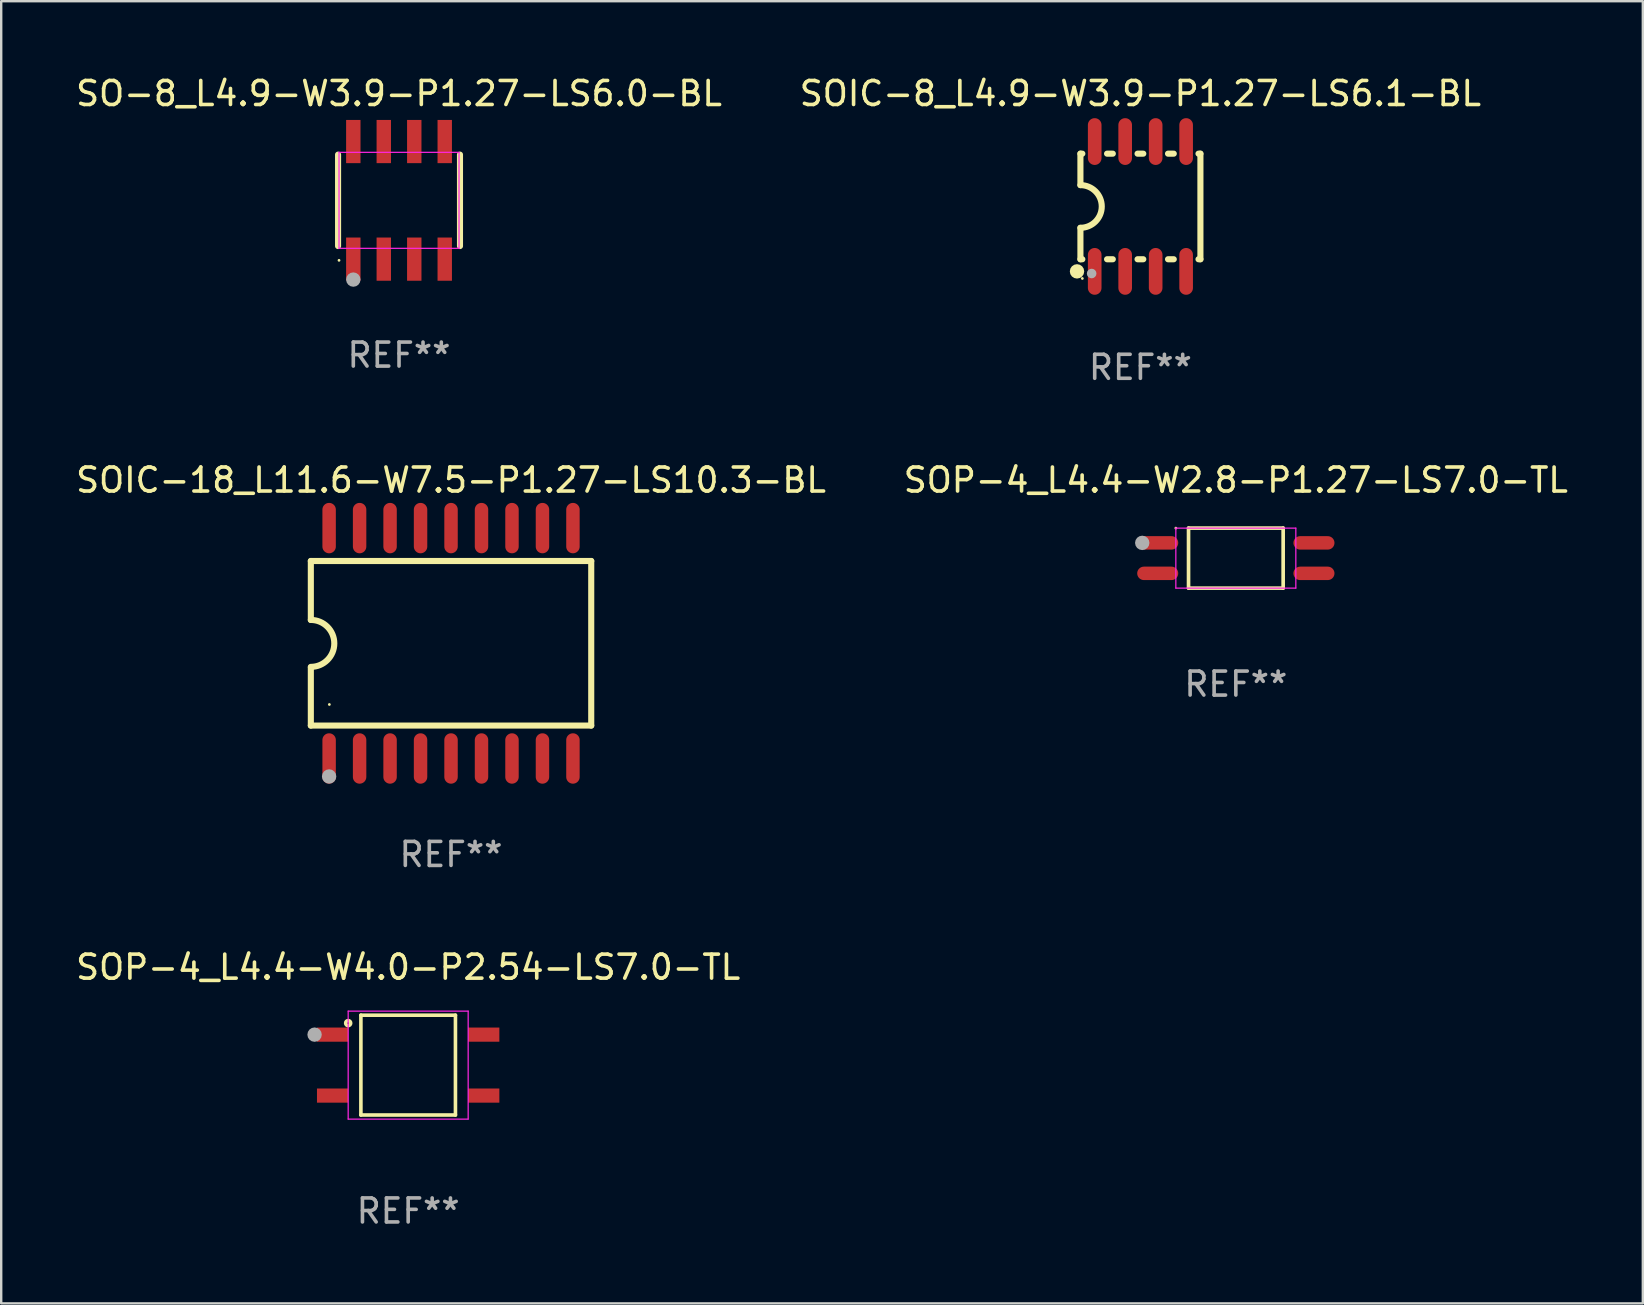
<source format=kicad_pcb>
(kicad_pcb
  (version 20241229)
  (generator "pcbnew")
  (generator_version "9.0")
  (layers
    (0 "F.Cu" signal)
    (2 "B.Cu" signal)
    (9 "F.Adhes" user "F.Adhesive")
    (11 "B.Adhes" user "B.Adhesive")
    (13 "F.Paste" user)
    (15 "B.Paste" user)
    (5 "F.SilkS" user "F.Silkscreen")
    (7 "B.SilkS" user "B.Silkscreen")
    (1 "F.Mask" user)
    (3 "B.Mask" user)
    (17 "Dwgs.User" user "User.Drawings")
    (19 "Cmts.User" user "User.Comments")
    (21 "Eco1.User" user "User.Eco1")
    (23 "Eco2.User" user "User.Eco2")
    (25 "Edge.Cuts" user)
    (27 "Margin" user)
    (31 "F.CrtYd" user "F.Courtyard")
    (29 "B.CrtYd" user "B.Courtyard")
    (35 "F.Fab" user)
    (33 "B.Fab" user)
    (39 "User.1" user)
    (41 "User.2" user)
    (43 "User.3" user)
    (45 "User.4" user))
  (footprint "SO-8_L4.9-W3.9-P1.27-LS6.0-BL"
    (layer "F.Cu")
    (at 13.577 5.298)
    (property "Reference" "SO-8_L4.9-W3.9-P1.27-LS6.0-BL" (at 0 -4.45 0) (layer "F.SilkS") (effects (font (size 1 1) (thickness 0.15))))
    (attr smd)
    (fp_line (start -2.54 -1.905) (end -2.54 1.905) (stroke (width 0.254) (type solid)) (layer "F.SilkS"))
    (fp_line (start 2.54 -1.905) (end 2.54 1.905) (stroke (width 0.254) (type solid)) (layer "F.SilkS"))
    (fp_circle (center -2.5 2.5) (end -2.47 2.5) (stroke (width 0.06) (type solid)) (fill no) (layer "F.SilkS"))
    (fp_line (start -2.5 -2) (end -2.5 2) (stroke (width 0.05) (type default)) (layer "F.CrtYd"))
    (fp_line (start -2.5 2) (end 2.5 2) (stroke (width 0.05) (type default)) (layer "F.CrtYd"))
    (fp_line (start 2.5 -2) (end -2.5 -2) (stroke (width 0.05) (type default)) (layer "F.CrtYd"))
    (fp_line (start 2.5 2) (end 2.5 -2) (stroke (width 0.05) (type default)) (layer "F.CrtYd"))
    (fp_circle (center -1.905 3.302) (end -1.755 3.302) (stroke (width 0.3) (type solid)) (fill no) (layer "F.Fab"))
    (fp_text user "REF**" (at 0 6.45 0) (layer "F.Fab") (effects (font (size 1 1) (thickness 0.15))))
    (pad "1" smd rect (at -1.905 2.45) (size 0.6 1.8) (layers "F.Cu" "F.Mask" "F.Paste"))
    (pad "2" smd rect (at -0.635 2.45) (size 0.6 1.8) (layers "F.Cu" "F.Mask" "F.Paste"))
    (pad "3" smd rect (at 0.635 2.45) (size 0.6 1.8) (layers "F.Cu" "F.Mask" "F.Paste"))
    (pad "4" smd rect (at 1.905 2.45) (size 0.6 1.8) (layers "F.Cu" "F.Mask" "F.Paste"))
    (pad "5" smd rect (at 1.905 -2.45 180) (size 0.6 1.8) (layers "F.Cu" "F.Mask" "F.Paste"))
    (pad "6" smd rect (at 0.635 -2.45 180) (size 0.6 1.8) (layers "F.Cu" "F.Mask" "F.Paste"))
    (pad "7" smd rect (at -0.635 -2.45 180) (size 0.6 1.8) (layers "F.Cu" "F.Mask" "F.Paste"))
    (pad "8" smd rect (at -1.905 -2.45 180) (size 0.6 1.8) (layers "F.Cu" "F.Mask" "F.Paste")))
  (footprint "SOP-4_L4.4-W2.8-P1.27-LS7.0-TL"
    (layer "F.Cu")
    (at 48.446 20.206)
    (property "Reference" "SOP-4_L4.4-W2.8-P1.27-LS7.0-TL" (at 0 -3.251 0) (layer "F.SilkS") (effects (font (size 1 1) (thickness 0.15))))
    (attr smd)
    (fp_line (start -1.971 -1.251) (end 1.972 -1.251) (stroke (width 0.152) (type solid)) (layer "F.SilkS"))
    (fp_line (start -1.971 1.251) (end -1.971 -1.251) (stroke (width 0.152) (type solid)) (layer "F.SilkS"))
    (fp_line (start 1.972 -1.251) (end 1.972 1.251) (stroke (width 0.152) (type solid)) (layer "F.SilkS"))
    (fp_line (start 1.972 1.251) (end -1.971 1.251) (stroke (width 0.152) (type solid)) (layer "F.SilkS"))
    (fp_circle (center -2.5 -1.25) (end -2.47 -1.25) (stroke (width 0.06) (type solid)) (fill no) (layer "F.SilkS"))
    (fp_line (start -2.5 -1.25) (end 2.5 -1.25) (stroke (width 0.05) (type default)) (layer "F.CrtYd"))
    (fp_line (start -2.5 1.25) (end -2.5 -1.25) (stroke (width 0.05) (type default)) (layer "F.CrtYd"))
    (fp_line (start 2.5 -1.25) (end 2.5 1.25) (stroke (width 0.05) (type default)) (layer "F.CrtYd"))
    (fp_line (start 2.5 1.25) (end -2.5 1.25) (stroke (width 0.05) (type default)) (layer "F.CrtYd"))
    (fp_circle (center -3.9 -0.635) (end -3.75 -0.635) (stroke (width 0.3) (type solid)) (fill no) (layer "F.Fab"))
    (fp_text user "REF**" (at 0 5.251 0) (layer "F.Fab") (effects (font (size 1 1) (thickness 0.15))))
    (pad "1" smd oval (at -3.255 -0.635 270) (size 0.56 1.71) (layers "F.Cu" "F.Mask" "F.Paste"))
    (pad "2" smd oval (at -3.255 0.635 270) (size 0.56 1.71) (layers "F.Cu" "F.Mask" "F.Paste"))
    (pad "3" smd oval (at 3.255 0.635 270) (size 0.56 1.71) (layers "F.Cu" "F.Mask" "F.Paste"))
    (pad "4" smd oval (at 3.255 -0.635 270) (size 0.56 1.71) (layers "F.Cu" "F.Mask" "F.Paste")))
  (footprint "SOIC-18_L11.6-W7.5-P1.27-LS10.3-BL"
    (layer "F.Cu")
    (at 15.744 23.755)
    (property "Reference" "SOIC-18_L11.6-W7.5-P1.27-LS10.3-BL" (at 0 -6.8 0) (layer "F.SilkS") (effects (font (size 1 1) (thickness 0.15))))
    (attr smd)
    (fp_line (start -5.842 -3.429) (end -5.842 -0.973) (stroke (width 0.254) (type solid)) (layer "F.SilkS"))
    (fp_line (start -5.842 -3.429) (end 5.842 -3.429) (stroke (width 0.254) (type solid)) (layer "F.SilkS"))
    (fp_line (start -5.842 3.429) (end -5.842 1.011) (stroke (width 0.254) (type solid)) (layer "F.SilkS"))
    (fp_line (start 5.842 -3.429) (end 5.842 3.429) (stroke (width 0.254) (type solid)) (layer "F.SilkS"))
    (fp_line (start 5.842 3.429) (end -5.842 3.429) (stroke (width 0.254) (type solid)) (layer "F.SilkS"))
    (fp_arc (start -5.842012 -0.972822) (mid -4.864109 0.005079) (end -5.84201 0.982982) (stroke (width 0.254001) (type solid)) (layer "F.SilkS"))
    (fp_circle (center -5.07 2.55) (end -5.04 2.55) (stroke (width 0.06) (type solid)) (fill no) (layer "F.SilkS"))
    (fp_circle (center -5.08 5.55) (end -4.93 5.55) (stroke (width 0.3) (type solid)) (fill no) (layer "F.Fab"))
    (fp_text user "REF**" (at 0 8.8 0) (layer "F.Fab") (effects (font (size 1 1) (thickness 0.15))))
    (pad "1" smd oval (at -5.08 4.8) (size 0.56 2.1) (layers "F.Cu" "F.Mask" "F.Paste"))
    (pad "2" smd oval (at -3.81 4.8) (size 0.56 2.1) (layers "F.Cu" "F.Mask" "F.Paste"))
    (pad "3" smd oval (at -2.54 4.8) (size 0.56 2.1) (layers "F.Cu" "F.Mask" "F.Paste"))
    (pad "4" smd oval (at -1.27 4.8) (size 0.56 2.1) (layers "F.Cu" "F.Mask" "F.Paste"))
    (pad "5" smd oval (at 0 4.8) (size 0.56 2.1) (layers "F.Cu" "F.Mask" "F.Paste"))
    (pad "6" smd oval (at 1.27 4.8) (size 0.56 2.1) (layers "F.Cu" "F.Mask" "F.Paste"))
    (pad "7" smd oval (at 2.54 4.8) (size 0.56 2.1) (layers "F.Cu" "F.Mask" "F.Paste"))
    (pad "8" smd oval (at 3.81 4.8) (size 0.56 2.1) (layers "F.Cu" "F.Mask" "F.Paste"))
    (pad "9" smd oval (at 5.08 4.8) (size 0.56 2.1) (layers "F.Cu" "F.Mask" "F.Paste"))
    (pad "10" smd oval (at 5.08 -4.8) (size 0.56 2.1) (layers "F.Cu" "F.Mask" "F.Paste"))
    (pad "11" smd oval (at 3.81 -4.8) (size 0.56 2.1) (layers "F.Cu" "F.Mask" "F.Paste"))
    (pad "12" smd oval (at 2.54 -4.8) (size 0.56 2.1) (layers "F.Cu" "F.Mask" "F.Paste"))
    (pad "13" smd oval (at 1.27 -4.8) (size 0.56 2.1) (layers "F.Cu" "F.Mask" "F.Paste"))
    (pad "14" smd oval (at 0 -4.8) (size 0.56 2.1) (layers "F.Cu" "F.Mask" "F.Paste"))
    (pad "15" smd oval (at -1.27 -4.8) (size 0.56 2.1) (layers "F.Cu" "F.Mask" "F.Paste"))
    (pad "16" smd oval (at -2.54 -4.8) (size 0.56 2.1) (layers "F.Cu" "F.Mask" "F.Paste"))
    (pad "17" smd oval (at -3.81 -4.8) (size 0.56 2.1) (layers "F.Cu" "F.Mask" "F.Paste"))
    (pad "18" smd oval (at -5.08 -4.8) (size 0.56 2.1) (layers "F.Cu" "F.Mask" "F.Paste")))
  (footprint "SOP-4_L4.4-W4.0-P2.54-LS7.0-TL"
    (layer "F.Cu")
    (at 13.958 41.332)
    (property "Reference" "SOP-4_L4.4-W4.0-P2.54-LS7.0-TL" (at 0 -4.08 0) (layer "F.SilkS") (effects (font (size 1 1) (thickness 0.15))))
    (attr smd)
    (fp_line (start -1.97 -2.08) (end 1.97 -2.08) (stroke (width 0.15) (type solid)) (layer "F.SilkS"))
    (fp_line (start -1.97 2.08) (end -1.97 -2.08) (stroke (width 0.15) (type solid)) (layer "F.SilkS"))
    (fp_line (start 1.97 -2.08) (end 1.97 2.08) (stroke (width 0.15) (type solid)) (layer "F.SilkS"))
    (fp_line (start 1.97 2.08) (end -1.97 2.08) (stroke (width 0.15) (type solid)) (layer "F.SilkS"))
    (fp_circle (center -2.5 -1.75) (end -2.47 -1.75) (stroke (width 0.15) (type solid)) (fill no) (layer "F.SilkS"))
    (fp_line (start -2.5 -2.25) (end 2.5 -2.25) (stroke (width 0.05) (type default)) (layer "F.CrtYd"))
    (fp_line (start -2.5 2.25) (end -2.5 -2.25) (stroke (width 0.05) (type default)) (layer "F.CrtYd"))
    (fp_line (start 2.5 -2.25) (end 2.5 2.25) (stroke (width 0.05) (type default)) (layer "F.CrtYd"))
    (fp_line (start 2.5 2.25) (end -2.5 2.25) (stroke (width 0.05) (type default)) (layer "F.CrtYd"))
    (fp_circle (center -3.9 -1.27) (end -3.75 -1.27) (stroke (width 0.3) (type solid)) (fill no) (layer "F.Fab"))
    (fp_text user "REF**" (at 0 6.08 0) (layer "F.Fab") (effects (font (size 1 1) (thickness 0.15))))
    (pad "1" smd rect (at -3.15 -1.27 270) (size 0.59 1.3) (layers "F.Cu" "F.Mask" "F.Paste"))
    (pad "2" smd rect (at -3.15 1.27 270) (size 0.59 1.3) (layers "F.Cu" "F.Mask" "F.Paste"))
    (pad "3" smd rect (at 3.15 1.27 270) (size 0.59 1.3) (layers "F.Cu" "F.Mask" "F.Paste"))
    (pad "4" smd rect (at 3.15 -1.27 270) (size 0.59 1.3) (layers "F.Cu" "F.Mask" "F.Paste")))
  (footprint "SOIC-8_L4.9-W3.9-P1.27-LS6.1-BL"
    (layer "F.Cu")
    (at 44.47 5.553)
    (property "Reference" "SOIC-8_L4.9-W3.9-P1.27-LS6.1-BL" (at 0 -4.705 0) (layer "F.SilkS") (effects (font (size 1 1) (thickness 0.15))))
    (attr smd)
    (fp_line (start -2.5 -2.2) (end -2.5 -0.889) (stroke (width 0.254) (type solid)) (layer "F.SilkS"))
    (fp_line (start -2.5 2.2) (end -2.5 0.889) (stroke (width 0.254) (type solid)) (layer "F.SilkS"))
    (fp_line (start -2.42 -2.2) (end -2.5 -2.2) (stroke (width 0.254) (type solid)) (layer "F.SilkS"))
    (fp_line (start -2.42 2.2) (end -2.5 2.2) (stroke (width 0.254) (type solid)) (layer "F.SilkS"))
    (fp_line (start -1.15 -2.2) (end -1.39 -2.2) (stroke (width 0.254) (type solid)) (layer "F.SilkS"))
    (fp_line (start -1.15 2.2) (end -1.39 2.2) (stroke (width 0.254) (type solid)) (layer "F.SilkS"))
    (fp_line (start 0.12 -2.2) (end -0.12 -2.2) (stroke (width 0.254) (type solid)) (layer "F.SilkS"))
    (fp_line (start 0.12 2.2) (end -0.12 2.2) (stroke (width 0.254) (type solid)) (layer "F.SilkS"))
    (fp_line (start 1.39 -2.2) (end 1.15 -2.2) (stroke (width 0.254) (type solid)) (layer "F.SilkS"))
    (fp_line (start 1.39 2.2) (end 1.15 2.2) (stroke (width 0.254) (type solid)) (layer "F.SilkS"))
    (fp_line (start 2.5 -2.2) (end 2.42 -2.2) (stroke (width 0.254) (type solid)) (layer "F.SilkS"))
    (fp_line (start 2.5 -2.2) (end 2.5 2.2) (stroke (width 0.254) (type solid)) (layer "F.SilkS"))
    (fp_line (start 2.5 2.2) (end 2.42 2.2) (stroke (width 0.254) (type solid)) (layer "F.SilkS"))
    (fp_arc (start -2.499365 -0.889002) (mid -1.61068 0.000317) (end -2.499999 0.889002) (stroke (width 0.254001) (type solid)) (layer "F.SilkS"))
    (fp_circle (center -2.642 2.705) (end -2.492 2.705) (stroke (width 0.3) (type solid)) (fill no) (layer "F.SilkS"))
    (fp_circle (center -2.42 3) (end -2.39 3) (stroke (width 0.06) (type solid)) (fill no) (layer "F.SilkS"))
    (fp_circle (center -2.032 2.794) (end -1.932 2.794) (stroke (width 0.2) (type solid)) (fill no) (layer "F.Fab"))
    (fp_text user "REF**" (at 0 6.705 0) (layer "F.Fab") (effects (font (size 1 1) (thickness 0.15))))
    (pad "1" smd oval (at -1.905 2.705) (size 0.568 1.95) (layers "F.Cu" "F.Mask" "F.Paste"))
    (pad "2" smd oval (at -0.635 2.705) (size 0.568 1.95) (layers "F.Cu" "F.Mask" "F.Paste"))
    (pad "3" smd oval (at 0.635 2.705) (size 0.568 1.95) (layers "F.Cu" "F.Mask" "F.Paste"))
    (pad "4" smd oval (at 1.905 2.705) (size 0.568 1.95) (layers "F.Cu" "F.Mask" "F.Paste"))
    (pad "5" smd oval (at 1.905 -2.705) (size 0.568 1.95) (layers "F.Cu" "F.Mask" "F.Paste"))
    (pad "6" smd oval (at 0.635 -2.705) (size 0.568 1.95) (layers "F.Cu" "F.Mask" "F.Paste"))
    (pad "7" smd oval (at -0.635 -2.705) (size 0.568 1.95) (layers "F.Cu" "F.Mask" "F.Paste"))
    (pad "8" smd oval (at -1.905 -2.705) (size 0.568 1.95) (layers "F.Cu" "F.Mask" "F.Paste")))
  (gr_rect
    (start -3 -3)
    (end 65.405 51.26)
    (stroke (width 0.1) (type default))
    (fill no)
    (layer "Edge.Cuts")))
</source>
